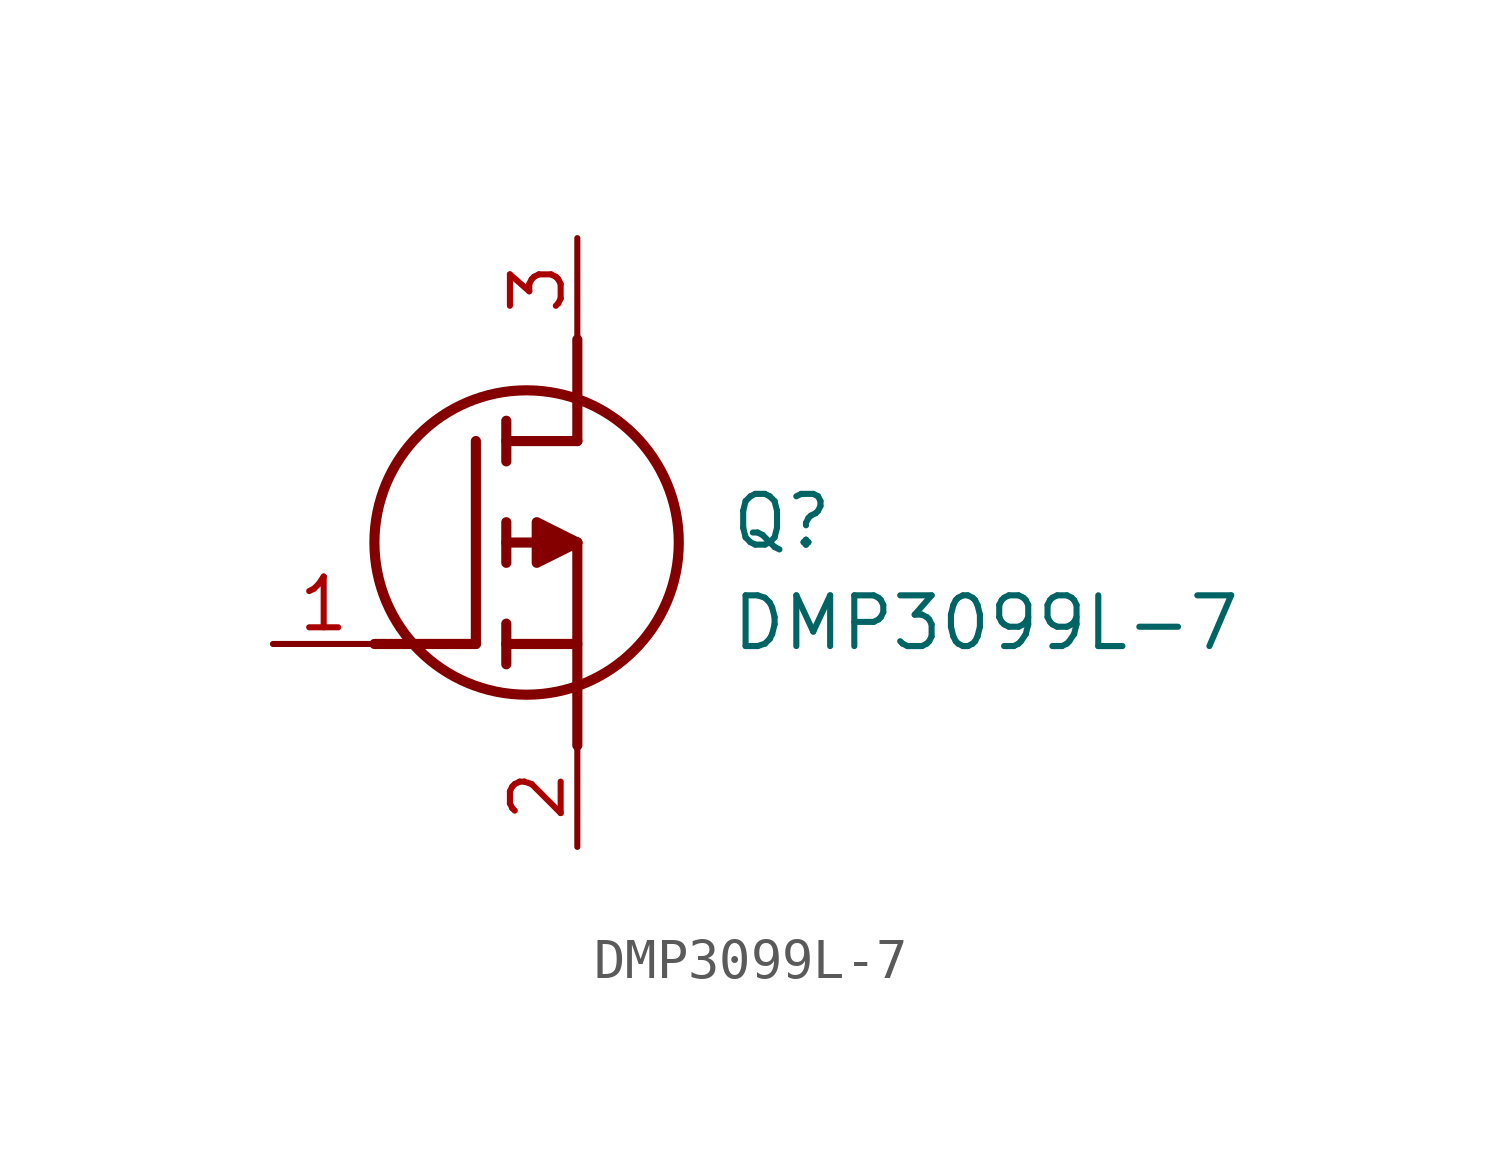
<source format=kicad_sym>
(kicad_symbol_lib
  (version 20211014)
  (generator SamacSys_ECAD_Model)
  (symbol "DMP3099L-7"
    (pin_names hide)
    (property "Reference" "Q"
      (at 11.43 3.81 0)
      (effects (font (size 1.27 1.27)) (justify left top)))
    (property "Value" "DMP3099L-7"
      (at 11.43 1.27 0)
      (effects (font (size 1.27 1.27)) (justify left top)))
    (polyline
      (pts (xy 7.62 2.54) (xy 7.62 -2.54))
      (stroke (width 0.254) (type default))
      (fill (type none)))
    (polyline
      (pts (xy 7.62 5.08) (xy 7.62 7.62))
      (stroke (width 0.254) (type default))
      (fill (type none)))
    (polyline
      (pts (xy 2.54 0) (xy 5.08 0))
      (stroke (width 0.254) (type default))
      (fill (type none)))
    (polyline
      (pts (xy 5.08 5.08) (xy 5.08 0))
      (stroke (width 0.254) (type default))
      (fill (type none)))
    (polyline
      (pts (xy 7.62 2.54) (xy 5.842 2.54))
      (stroke (width 0.254) (type default))
      (fill (type none)))
    (polyline
      (pts (xy 7.62 5.08) (xy 5.842 5.08))
      (stroke (width 0.254) (type default))
      (fill (type none)))
    (polyline
      (pts (xy 5.842 0) (xy 7.62 0))
      (stroke (width 0.254) (type default))
      (fill (type none)))
    (polyline
      (pts (xy 5.842 5.588) (xy 5.842 4.572))
      (stroke (width 0.254) (type default))
      (fill (type none)))
    (polyline
      (pts (xy 5.842 -0.508) (xy 5.842 0.508))
      (stroke (width 0.254) (type default))
      (fill (type none)))
    (polyline
      (pts (xy 5.842 2.032) (xy 5.842 3.048))
      (stroke (width 0.254) (type default))
      (fill (type none)))
    (circle
      (center 6.35 2.54)
      (radius 3.81)
      (stroke (width 0.254) (type default))
      (fill (type none)))
    (polyline
      (pts (xy 7.62 2.54) (xy 6.604 3.048) (xy 6.604 2.032) (xy 7.62 2.54))
      (stroke (width 0.254) (type default))
      (fill (type outline)))
    (pin passive line
      (at 0 0 0)
      (length 2.54)
      (name "G" (effects (font (size 1.27 1.27))))
      (number "1" (effects (font (size 1.27 1.27)))))
    (pin passive line
      (at 7.62 10.16 270)
      (length 2.54)
      (name "D" (effects (font (size 1.27 1.27))))
      (number "3" (effects (font (size 1.27 1.27)))))
    (pin passive line
      (at 7.62 -5.08 90)
      (length 2.54)
      (name "S" (effects (font (size 1.27 1.27))))
      (number "2" (effects (font (size 1.27 1.27)))))))
</source>
